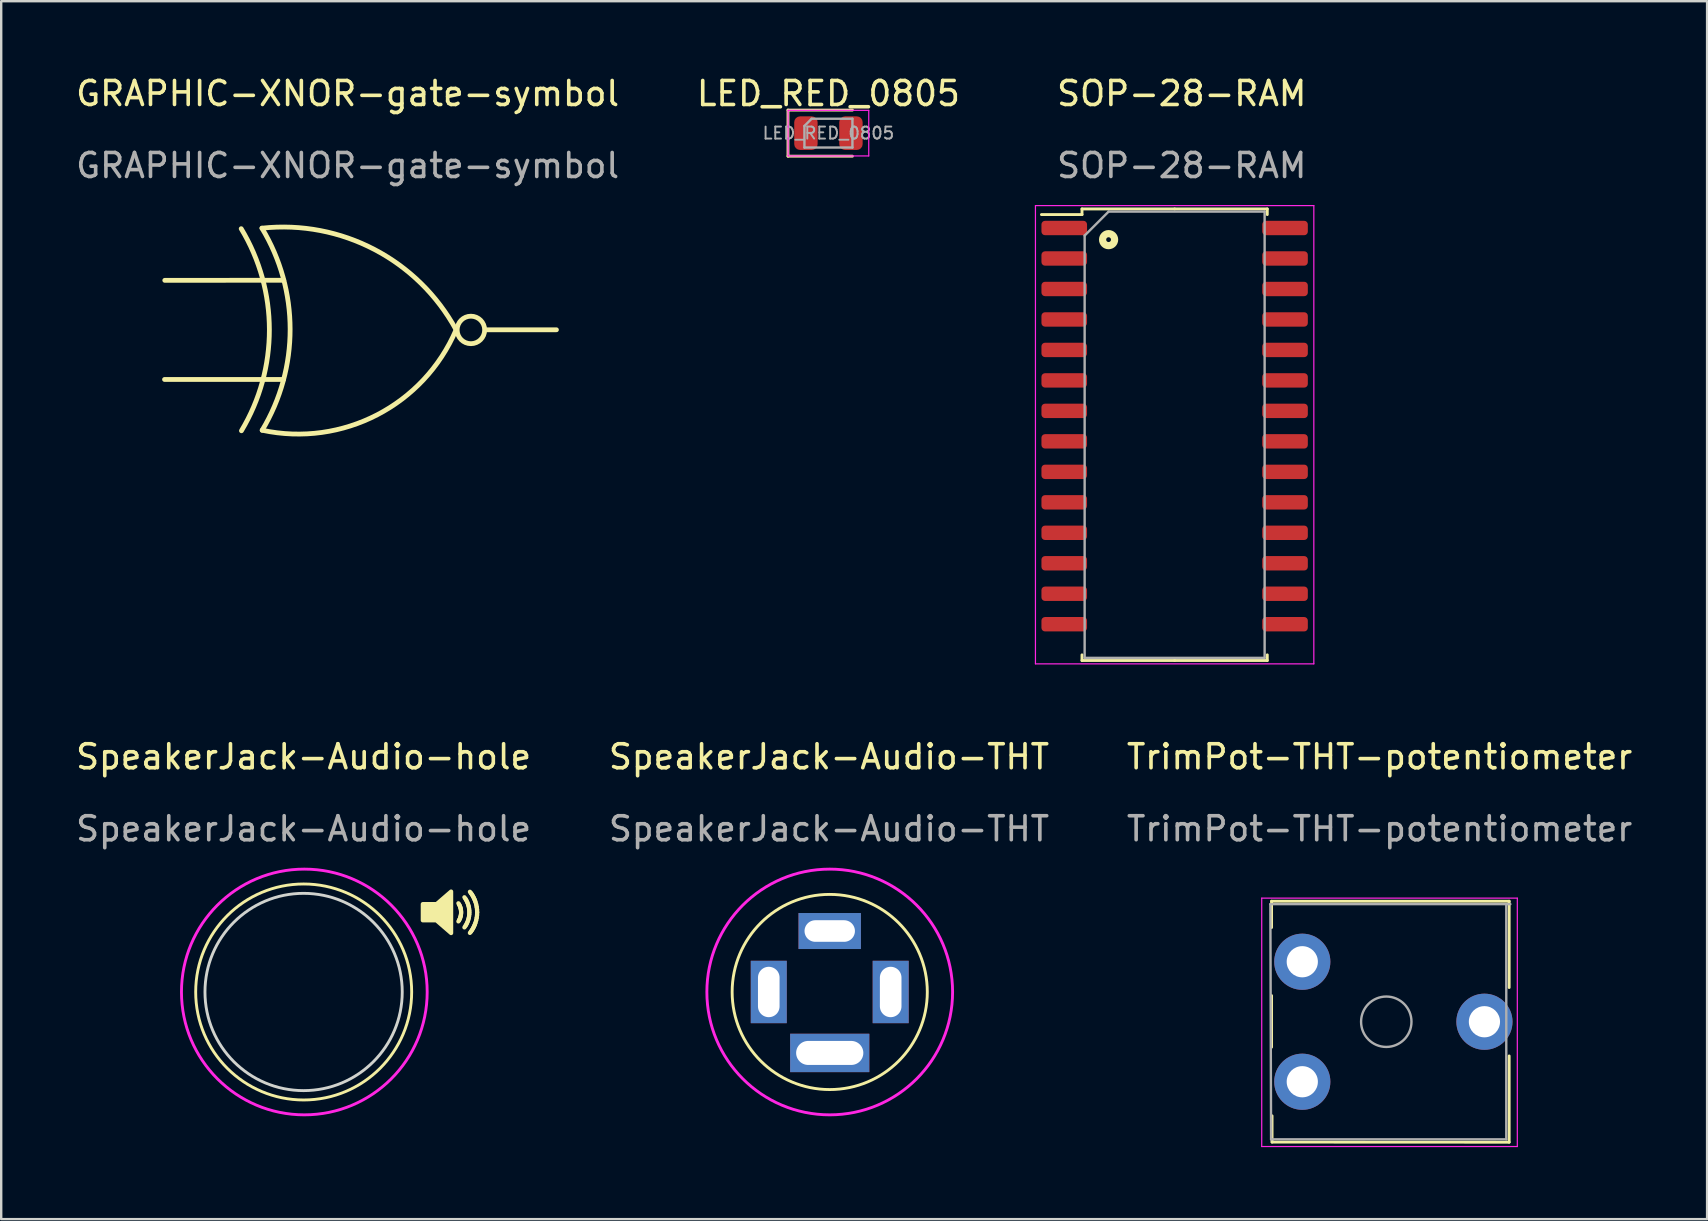
<source format=kicad_pcb>
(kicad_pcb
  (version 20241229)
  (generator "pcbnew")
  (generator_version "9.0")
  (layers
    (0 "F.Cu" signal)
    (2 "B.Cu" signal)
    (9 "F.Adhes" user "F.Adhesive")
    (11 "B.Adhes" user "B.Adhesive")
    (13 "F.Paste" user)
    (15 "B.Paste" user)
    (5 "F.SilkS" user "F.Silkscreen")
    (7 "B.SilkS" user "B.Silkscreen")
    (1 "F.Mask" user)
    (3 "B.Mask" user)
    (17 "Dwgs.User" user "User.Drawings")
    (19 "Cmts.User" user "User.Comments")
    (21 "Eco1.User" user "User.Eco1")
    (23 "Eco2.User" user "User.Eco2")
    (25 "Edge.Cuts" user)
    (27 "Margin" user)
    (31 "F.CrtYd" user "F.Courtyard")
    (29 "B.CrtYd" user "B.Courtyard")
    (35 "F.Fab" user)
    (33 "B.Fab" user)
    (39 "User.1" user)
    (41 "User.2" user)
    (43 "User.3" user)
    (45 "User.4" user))
  (footprint "TrimPot-THT-potentiometer"
    (layer "F.Cu")
    (at 54.435 28.985)
    (property "Reference" "TrimPot-THT-potentiometer" (at 0 -0.5 0) (unlocked yes) (layer "F.SilkS") (effects (font (size 1 1) (thickness 0.15))))
    (attr through_hole)
    (fp_line (start -4.5 5.519) (end -4.5 6.614) (stroke (width 0.12) (type solid)) (layer "F.SilkS"))
    (fp_line (start -4.5 5.519) (end 5.4 5.519) (stroke (width 0.12) (type solid)) (layer "F.SilkS"))
    (fp_line (start -4.5 9.451) (end -4.5 11.6) (stroke (width 0.12) (type solid)) (layer "F.SilkS"))
    (fp_line (start -4.48 14.46) (end -4.48 15.555) (stroke (width 0.12) (type solid)) (layer "F.SilkS"))
    (fp_line (start -4.48 15.555) (end 5.4 15.56) (stroke (width 0.12) (type solid)) (layer "F.SilkS"))
    (fp_line (start 5.4 5.519) (end 5.4 9.115) (stroke (width 0.12) (type solid)) (layer "F.SilkS"))
    (fp_line (start 5.4 11.965) (end 5.4 15.56) (stroke (width 0.12) (type solid)) (layer "F.SilkS"))
    (fp_line (start -4.91 5.39) (end -4.91 15.74) (stroke (width 0.05) (type solid)) (layer "F.CrtYd"))
    (fp_line (start -4.91 15.74) (end 5.74 15.74) (stroke (width 0.05) (type solid)) (layer "F.CrtYd"))
    (fp_line (start 5.74 5.39) (end -4.91 5.39) (stroke (width 0.05) (type solid)) (layer "F.CrtYd"))
    (fp_line (start 5.74 15.74) (end 5.74 5.39) (stroke (width 0.05) (type solid)) (layer "F.CrtYd"))
    (fp_line (start -4.55 5.64) (end -4.52 15.44) (stroke (width 0.1) (type solid)) (layer "F.Fab"))
    (fp_line (start -4.52 15.44) (end 5.28 15.44) (stroke (width 0.1) (type solid)) (layer "F.Fab"))
    (fp_line (start 5.28 15.44) (end 5.28 5.64) (stroke (width 0.1) (type solid)) (layer "F.Fab"))
    (fp_line (start 5.45 5.64) (end -4.55 5.64) (stroke (width 0.1) (type solid)) (layer "F.Fab"))
    (fp_circle (center 0.28 10.54) (end 1.33 10.54) (stroke (width 0.1) (type solid)) (fill no) (layer "F.Fab"))
    (fp_text user "${REFERENCE}" (at 0 2.5 0) (unlocked yes) (layer "F.Fab") (effects (font (size 1 1) (thickness 0.15))))
    (pad "1" thru_hole circle (at -3.22 13.04) (size 2.34 2.34) (drill 1.3) (layers "*.Cu" "*.Mask"))
    (pad "2" thru_hole circle (at 4.37 10.54) (size 2.34 2.34) (drill 1.3) (layers "*.Cu" "*.Mask"))
    (pad "3" thru_hole circle (at -3.22 8.04) (size 2.34 2.34) (drill 1.3) (layers "*.Cu" "*.Mask")))
  (footprint "SpeakerJack-Audio-THT"
    (layer "F.Cu")
    (at 31.494 28.985)
    (property "Reference" "SpeakerJack-Audio-THT" (at 0 -0.5 0) (unlocked yes) (layer "F.SilkS") (effects (font (size 1 1) (thickness 0.15))))
    (attr through_hole)
    (fp_circle (center 0.03 9.3) (end 2.57 12.475) (stroke (width 0.12) (type solid)) (fill no) (layer "F.SilkS"))
    (fp_circle (center 0.03 9.3) (end 2.57 13.745) (stroke (width 0.12) (type solid)) (fill no) (layer "F.CrtYd"))
    (fp_text user "${REFERENCE}" (at 0 2.5 0) (unlocked yes) (layer "F.Fab") (effects (font (size 1 1) (thickness 0.15))))
    (pad "1" thru_hole rect (at 0.03 11.84 90) (size 1.6 3.3) (drill oval 1 2.8) (layers "*.Cu" "*.Mask"))
    (pad "2" thru_hole rect (at 2.57 9.3 180) (size 1.5 2.6) (drill oval 0.9 2.1) (layers "*.Cu" "*.Mask"))
    (pad "3" thru_hole rect (at 0.03 6.76 90) (size 1.5 2.6) (drill oval 0.9 2.1) (layers "*.Cu" "*.Mask"))
    (pad "4" thru_hole rect (at -2.51 9.3 180) (size 1.5 2.6) (drill oval 0.9 2.1) (layers "*.Cu" "*.Mask")))
  (footprint "GRAPHIC-XNOR-gate-symbol"
    (layer "F.Cu")
    (at 11.435 1.348)
    (property "Reference" "GRAPHIC-XNOR-gate-symbol" (at 0 -0.5 0) (unlocked yes) (layer "F.SilkS") (effects (font (size 1 1) (thickness 0.15))))
    (fp_line (start -2.67 11.414) (end -7.629 11.414) (stroke (width 0.2) (type solid)) (layer "F.SilkS"))
    (fp_line (start -2.66 7.28) (end -7.619 7.284) (stroke (width 0.2) (type solid)) (layer "F.SilkS"))
    (fp_line (start 8.701 9.344) (end 5.75 9.344) (stroke (width 0.2) (type solid)) (layer "F.SilkS"))
    (fp_arc (start -4.434515 5.131389) (mid -3.26 9.34) (end -4.424515 13.551389) (stroke (width 0.2) (type solid)) (layer "F.SilkS"))
    (fp_arc (start -3.57 5.11) (mid -2.395485 9.318611) (end -3.56 13.53) (stroke (width 0.2) (type solid)) (layer "F.SilkS"))
    (fp_arc (start -3.57 5.11) (mid 1.118155 5.99791) (end 4.52 9.343749) (stroke (width 0.2) (type solid)) (layer "F.SilkS"))
    (fp_arc (start 4.52 9.343749) (mid 1.231509 12.887382) (end -3.56 13.53) (stroke (width 0.2) (type solid)) (layer "F.SilkS"))
    (fp_circle (center 5.137 9.35) (end 5.71 9.35) (stroke (width 0.2) (type solid)) (fill no) (layer "F.SilkS"))
    (fp_text user "${REFERENCE}" (at 0 2.5 0) (unlocked yes) (layer "F.Fab") (effects (font (size 1 1) (thickness 0.15)))))
  (footprint "SpeakerJack-Audio-hole"
    (layer "F.Cu")
    (at 9.601 28.985)
    (property "Reference" "SpeakerJack-Audio-hole" (at 0 -0.5 0) (unlocked yes) (layer "F.SilkS") (effects (font (size 1 1) (thickness 0.15))))
    (attr through_hole)
    (fp_line (start 6.45 5.604) (end 6.477 5.648) (stroke (width 0.176) (type solid)) (layer "F.SilkS"))
    (fp_line (start 6.477 5.648) (end 6.499 5.693) (stroke (width 0.176) (type solid)) (layer "F.SilkS"))
    (fp_line (start 6.477 6.315) (end 6.45 6.359) (stroke (width 0.176) (type solid)) (layer "F.SilkS"))
    (fp_line (start 6.499 5.693) (end 6.519 5.739) (stroke (width 0.176) (type solid)) (layer "F.SilkS"))
    (fp_line (start 6.499 6.27) (end 6.477 6.315) (stroke (width 0.176) (type solid)) (layer "F.SilkS"))
    (fp_line (start 6.519 5.739) (end 6.535 5.786) (stroke (width 0.176) (type solid)) (layer "F.SilkS"))
    (fp_line (start 6.519 6.224) (end 6.499 6.27) (stroke (width 0.176) (type solid)) (layer "F.SilkS"))
    (fp_line (start 6.535 5.786) (end 6.547 5.834) (stroke (width 0.176) (type solid)) (layer "F.SilkS"))
    (fp_line (start 6.535 6.176) (end 6.519 6.224) (stroke (width 0.176) (type solid)) (layer "F.SilkS"))
    (fp_line (start 6.547 5.834) (end 6.556 5.883) (stroke (width 0.176) (type solid)) (layer "F.SilkS"))
    (fp_line (start 6.547 6.128) (end 6.535 6.176) (stroke (width 0.176) (type solid)) (layer "F.SilkS"))
    (fp_line (start 6.556 5.883) (end 6.561 5.932) (stroke (width 0.176) (type solid)) (layer "F.SilkS"))
    (fp_line (start 6.556 6.08) (end 6.547 6.128) (stroke (width 0.176) (type solid)) (layer "F.SilkS"))
    (fp_line (start 6.561 5.932) (end 6.563 5.981) (stroke (width 0.176) (type solid)) (layer "F.SilkS"))
    (fp_line (start 6.561 6.031) (end 6.556 6.08) (stroke (width 0.176) (type solid)) (layer "F.SilkS"))
    (fp_line (start 6.563 5.981) (end 6.561 6.031) (stroke (width 0.176) (type solid)) (layer "F.SilkS"))
    (fp_line (start 6.701 5.353) (end 6.749 5.425) (stroke (width 0.176) (type solid)) (layer "F.SilkS"))
    (fp_line (start 6.749 5.425) (end 6.791 5.499) (stroke (width 0.176) (type solid)) (layer "F.SilkS"))
    (fp_line (start 6.749 6.538) (end 6.701 6.609) (stroke (width 0.176) (type solid)) (layer "F.SilkS"))
    (fp_line (start 6.791 5.499) (end 6.826 5.576) (stroke (width 0.176) (type solid)) (layer "F.SilkS"))
    (fp_line (start 6.791 6.464) (end 6.749 6.538) (stroke (width 0.176) (type solid)) (layer "F.SilkS"))
    (fp_line (start 6.826 5.576) (end 6.855 5.655) (stroke (width 0.176) (type solid)) (layer "F.SilkS"))
    (fp_line (start 6.826 6.387) (end 6.791 6.464) (stroke (width 0.176) (type solid)) (layer "F.SilkS"))
    (fp_line (start 6.855 5.655) (end 6.878 5.735) (stroke (width 0.176) (type solid)) (layer "F.SilkS"))
    (fp_line (start 6.855 6.308) (end 6.826 6.387) (stroke (width 0.176) (type solid)) (layer "F.SilkS"))
    (fp_line (start 6.878 5.735) (end 6.894 5.816) (stroke (width 0.176) (type solid)) (layer "F.SilkS"))
    (fp_line (start 6.878 6.228) (end 6.855 6.308) (stroke (width 0.176) (type solid)) (layer "F.SilkS"))
    (fp_line (start 6.894 5.816) (end 6.904 5.899) (stroke (width 0.176) (type solid)) (layer "F.SilkS"))
    (fp_line (start 6.894 6.146) (end 6.878 6.228) (stroke (width 0.176) (type solid)) (layer "F.SilkS"))
    (fp_line (start 6.904 5.899) (end 6.907 5.981) (stroke (width 0.176) (type solid)) (layer "F.SilkS"))
    (fp_line (start 6.904 6.064) (end 6.894 6.146) (stroke (width 0.176) (type solid)) (layer "F.SilkS"))
    (fp_line (start 6.907 5.981) (end 6.904 6.064) (stroke (width 0.176) (type solid)) (layer "F.SilkS"))
    (fp_line (start 6.93 5.124) (end 6.966 5.172) (stroke (width 0.176) (type solid)) (layer "F.SilkS"))
    (fp_line (start 6.966 5.172) (end 7.001 5.22) (stroke (width 0.176) (type solid)) (layer "F.SilkS"))
    (fp_line (start 6.966 6.791) (end 6.93 6.839) (stroke (width 0.176) (type solid)) (layer "F.SilkS"))
    (fp_line (start 7.001 5.22) (end 7.032 5.27) (stroke (width 0.176) (type solid)) (layer "F.SilkS"))
    (fp_line (start 7.001 6.742) (end 6.966 6.791) (stroke (width 0.176) (type solid)) (layer "F.SilkS"))
    (fp_line (start 7.032 5.27) (end 7.062 5.321) (stroke (width 0.176) (type solid)) (layer "F.SilkS"))
    (fp_line (start 7.032 6.693) (end 7.001 6.742) (stroke (width 0.176) (type solid)) (layer "F.SilkS"))
    (fp_line (start 7.062 5.321) (end 7.089 5.373) (stroke (width 0.176) (type solid)) (layer "F.SilkS"))
    (fp_line (start 7.062 6.642) (end 7.032 6.693) (stroke (width 0.176) (type solid)) (layer "F.SilkS"))
    (fp_line (start 7.089 5.373) (end 7.114 5.425) (stroke (width 0.176) (type solid)) (layer "F.SilkS"))
    (fp_line (start 7.089 6.59) (end 7.062 6.642) (stroke (width 0.176) (type solid)) (layer "F.SilkS"))
    (fp_line (start 7.114 5.425) (end 7.136 5.479) (stroke (width 0.176) (type solid)) (layer "F.SilkS"))
    (fp_line (start 7.114 6.537) (end 7.089 6.59) (stroke (width 0.176) (type solid)) (layer "F.SilkS"))
    (fp_line (start 7.136 5.479) (end 7.156 5.533) (stroke (width 0.176) (type solid)) (layer "F.SilkS"))
    (fp_line (start 7.136 6.484) (end 7.114 6.537) (stroke (width 0.176) (type solid)) (layer "F.SilkS"))
    (fp_line (start 7.156 5.533) (end 7.189 5.643) (stroke (width 0.176) (type solid)) (layer "F.SilkS"))
    (fp_line (start 7.156 6.43) (end 7.136 6.484) (stroke (width 0.176) (type solid)) (layer "F.SilkS"))
    (fp_line (start 7.189 5.643) (end 7.213 5.755) (stroke (width 0.176) (type solid)) (layer "F.SilkS"))
    (fp_line (start 7.189 6.32) (end 7.156 6.43) (stroke (width 0.176) (type solid)) (layer "F.SilkS"))
    (fp_line (start 7.213 5.755) (end 7.227 5.868) (stroke (width 0.176) (type solid)) (layer "F.SilkS"))
    (fp_line (start 7.213 6.208) (end 7.189 6.32) (stroke (width 0.176) (type solid)) (layer "F.SilkS"))
    (fp_line (start 7.227 5.868) (end 7.232 5.981) (stroke (width 0.176) (type solid)) (layer "F.SilkS"))
    (fp_line (start 7.227 6.095) (end 7.213 6.208) (stroke (width 0.176) (type solid)) (layer "F.SilkS"))
    (fp_line (start 7.232 5.981) (end 7.227 6.095) (stroke (width 0.176) (type solid)) (layer "F.SilkS"))
    (fp_circle (center 0.003 9.3) (end 4.503 9.3) (stroke (width 0.12) (type solid)) (fill no) (layer "F.SilkS"))
    (fp_poly (pts (xy 6.146 5.116) (xy 5.541 5.639) (xy 4.968 5.639) (xy 4.968 6.313) (xy 5.532 6.313) (xy 6.146 6.844) (xy 6.146 5.116)) (stroke (width 0.176) (type solid)) (fill yes) (layer "F.SilkS"))
    (fp_circle (center 0 9.3) (end 4.11 9.3) (stroke (width 0.12) (type solid)) (fill no) (layer "Edge.Cuts"))
    (fp_circle (center 0.03 9.3) (end 2.57 13.745) (stroke (width 0.12) (type solid)) (fill no) (layer "F.CrtYd"))
    (fp_text user "${REFERENCE}" (at 0 2.5 0) (unlocked yes) (layer "F.Fab") (effects (font (size 1 1) (thickness 0.15)))))
  (footprint "SOP-28-RAM"
    (layer "F.Cu")
    (at 46.192 1.348)
    (property "Reference" "SOP-28-RAM" (at 0 -0.5 0) (unlocked yes) (layer "F.SilkS") (effects (font (size 1 1) (thickness 0.15))))
    (attr smd)
    (fp_line (start -4.156 4.308) (end -4.156 4.543) (stroke (width 0.12) (type solid)) (layer "F.SilkS"))
    (fp_line (start -4.156 4.543) (end -5.846 4.543) (stroke (width 0.12) (type solid)) (layer "F.SilkS"))
    (fp_line (start -4.156 23.124) (end -4.156 22.889) (stroke (width 0.12) (type solid)) (layer "F.SilkS"))
    (fp_line (start -0.296 4.308) (end -4.156 4.308) (stroke (width 0.12) (type solid)) (layer "F.SilkS"))
    (fp_line (start -0.296 4.308) (end 3.564 4.308) (stroke (width 0.12) (type solid)) (layer "F.SilkS"))
    (fp_line (start -0.296 23.124) (end -4.156 23.124) (stroke (width 0.12) (type solid)) (layer "F.SilkS"))
    (fp_line (start -0.296 23.124) (end 3.564 23.124) (stroke (width 0.12) (type solid)) (layer "F.SilkS"))
    (fp_line (start 3.564 4.308) (end 3.564 4.543) (stroke (width 0.12) (type solid)) (layer "F.SilkS"))
    (fp_line (start 3.564 23.124) (end 3.564 22.889) (stroke (width 0.12) (type solid)) (layer "F.SilkS"))
    (fp_circle (center -3.048 5.588) (end -2.948 5.588) (stroke (width 0.3) (type solid)) (fill no) (layer "F.SilkS"))
    (fp_line (start -6.096 4.168) (end -6.096 23.264) (stroke (width 0.05) (type solid)) (layer "F.CrtYd"))
    (fp_line (start -6.096 23.264) (end 5.504 23.264) (stroke (width 0.05) (type solid)) (layer "F.CrtYd"))
    (fp_line (start 5.504 4.168) (end -6.096 4.168) (stroke (width 0.05) (type solid)) (layer "F.CrtYd"))
    (fp_line (start 5.504 23.264) (end 5.504 4.168) (stroke (width 0.05) (type solid)) (layer "F.CrtYd"))
    (fp_line (start -4.046 5.418) (end -3.046 4.418) (stroke (width 0.1) (type solid)) (layer "F.Fab"))
    (fp_line (start -4.046 23.014) (end -4.046 5.418) (stroke (width 0.1) (type solid)) (layer "F.Fab"))
    (fp_line (start -3.046 4.418) (end 3.454 4.418) (stroke (width 0.1) (type solid)) (layer "F.Fab"))
    (fp_line (start 3.454 4.418) (end 3.454 23.014) (stroke (width 0.1) (type solid)) (layer "F.Fab"))
    (fp_line (start 3.454 23.014) (end -4.046 23.014) (stroke (width 0.1) (type solid)) (layer "F.Fab"))
    (fp_text user "${REFERENCE}" (at 0 2.5 0) (unlocked yes) (layer "F.Fab") (effects (font (size 1 1) (thickness 0.15))))
    (pad "1" smd roundrect (at -4.896 5.103) (size 1.9 0.6) (layers "F.Cu" "F.Mask" "F.Paste") (roundrect_rratio 0.25))
    (pad "2" smd roundrect (at -4.896 6.373) (size 1.9 0.6) (layers "F.Cu" "F.Mask" "F.Paste") (roundrect_rratio 0.25))
    (pad "3" smd roundrect (at -4.896 7.643) (size 1.9 0.6) (layers "F.Cu" "F.Mask" "F.Paste") (roundrect_rratio 0.25))
    (pad "4" smd roundrect (at -4.896 8.913) (size 1.9 0.6) (layers "F.Cu" "F.Mask" "F.Paste") (roundrect_rratio 0.25))
    (pad "5" smd roundrect (at -4.896 10.183) (size 1.9 0.6) (layers "F.Cu" "F.Mask" "F.Paste") (roundrect_rratio 0.25))
    (pad "6" smd roundrect (at -4.896 11.453) (size 1.9 0.6) (layers "F.Cu" "F.Mask" "F.Paste") (roundrect_rratio 0.25))
    (pad "7" smd roundrect (at -4.896 12.723) (size 1.9 0.6) (layers "F.Cu" "F.Mask" "F.Paste") (roundrect_rratio 0.25))
    (pad "8" smd roundrect (at -4.896 13.993) (size 1.9 0.6) (layers "F.Cu" "F.Mask" "F.Paste") (roundrect_rratio 0.25))
    (pad "9" smd roundrect (at -4.896 15.263) (size 1.9 0.6) (layers "F.Cu" "F.Mask" "F.Paste") (roundrect_rratio 0.25))
    (pad "10" smd roundrect (at -4.896 16.533) (size 1.9 0.6) (layers "F.Cu" "F.Mask" "F.Paste") (roundrect_rratio 0.25))
    (pad "11" smd roundrect (at -4.896 17.803) (size 1.9 0.6) (layers "F.Cu" "F.Mask" "F.Paste") (roundrect_rratio 0.25))
    (pad "12" smd roundrect (at -4.896 19.073) (size 1.9 0.6) (layers "F.Cu" "F.Mask" "F.Paste") (roundrect_rratio 0.25))
    (pad "13" smd roundrect (at -4.896 20.343 180) (size 1.9 0.6) (layers "F.Cu" "F.Mask" "F.Paste") (roundrect_rratio 0.25))
    (pad "14" smd roundrect (at -4.896 21.613 180) (size 1.9 0.6) (layers "F.Cu" "F.Mask" "F.Paste") (roundrect_rratio 0.25))
    (pad "15" smd roundrect (at 4.304 21.613 180) (size 1.9 0.6) (layers "F.Cu" "F.Mask" "F.Paste") (roundrect_rratio 0.25))
    (pad "16" smd roundrect (at 4.304 20.343 180) (size 1.9 0.6) (layers "F.Cu" "F.Mask" "F.Paste") (roundrect_rratio 0.25))
    (pad "17" smd roundrect (at 4.304 19.073) (size 1.9 0.6) (layers "F.Cu" "F.Mask" "F.Paste") (roundrect_rratio 0.25))
    (pad "18" smd roundrect (at 4.304 17.803) (size 1.9 0.6) (layers "F.Cu" "F.Mask" "F.Paste") (roundrect_rratio 0.25))
    (pad "19" smd roundrect (at 4.304 16.533) (size 1.9 0.6) (layers "F.Cu" "F.Mask" "F.Paste") (roundrect_rratio 0.25))
    (pad "20" smd roundrect (at 4.304 15.263) (size 1.9 0.6) (layers "F.Cu" "F.Mask" "F.Paste") (roundrect_rratio 0.25))
    (pad "21" smd roundrect (at 4.304 13.993) (size 1.9 0.6) (layers "F.Cu" "F.Mask" "F.Paste") (roundrect_rratio 0.25))
    (pad "22" smd roundrect (at 4.304 12.723) (size 1.9 0.6) (layers "F.Cu" "F.Mask" "F.Paste") (roundrect_rratio 0.25))
    (pad "23" smd roundrect (at 4.304 11.453) (size 1.9 0.6) (layers "F.Cu" "F.Mask" "F.Paste") (roundrect_rratio 0.25))
    (pad "24" smd roundrect (at 4.304 10.183) (size 1.9 0.6) (layers "F.Cu" "F.Mask" "F.Paste") (roundrect_rratio 0.25))
    (pad "25" smd roundrect (at 4.304 8.913) (size 1.9 0.6) (layers "F.Cu" "F.Mask" "F.Paste") (roundrect_rratio 0.25))
    (pad "26" smd roundrect (at 4.304 7.643) (size 1.9 0.6) (layers "F.Cu" "F.Mask" "F.Paste") (roundrect_rratio 0.25))
    (pad "27" smd roundrect (at 4.304 6.373) (size 1.9 0.6) (layers "F.Cu" "F.Mask" "F.Paste") (roundrect_rratio 0.25))
    (pad "28" smd roundrect (at 4.304 5.103) (size 1.9 0.6) (layers "F.Cu" "F.Mask" "F.Paste") (roundrect_rratio 0.25)))
  (footprint "LED_RED_0805"
    (layer "F.Cu")
    (at 31.47 2.498)
    (property "Reference" "LED_RED_0805" (at 0 -1.65 0) (layer "F.SilkS") (effects (font (size 1 1) (thickness 0.15))))
    (attr smd)
    (fp_line (start -1.685 -0.96) (end -1.685 0.96) (stroke (width 0.12) (type solid)) (layer "F.SilkS"))
    (fp_line (start -1.685 0.96) (end 1 0.96) (stroke (width 0.12) (type solid)) (layer "F.SilkS"))
    (fp_line (start 1 -0.96) (end -1.685 -0.96) (stroke (width 0.12) (type solid)) (layer "F.SilkS"))
    (fp_line (start -1.68 -0.95) (end 1.68 -0.95) (stroke (width 0.05) (type solid)) (layer "F.CrtYd"))
    (fp_line (start -1.68 0.95) (end -1.68 -0.95) (stroke (width 0.05) (type solid)) (layer "F.CrtYd"))
    (fp_line (start 1.68 -0.95) (end 1.68 0.95) (stroke (width 0.05) (type solid)) (layer "F.CrtYd"))
    (fp_line (start 1.68 0.95) (end -1.68 0.95) (stroke (width 0.05) (type solid)) (layer "F.CrtYd"))
    (fp_line (start -1 -0.3) (end -1 0.6) (stroke (width 0.1) (type solid)) (layer "F.Fab"))
    (fp_line (start -1 0.6) (end 1 0.6) (stroke (width 0.1) (type solid)) (layer "F.Fab"))
    (fp_line (start -0.7 -0.6) (end -1 -0.3) (stroke (width 0.1) (type solid)) (layer "F.Fab"))
    (fp_line (start 1 -0.6) (end -0.7 -0.6) (stroke (width 0.1) (type solid)) (layer "F.Fab"))
    (fp_line (start 1 0.6) (end 1 -0.6) (stroke (width 0.1) (type solid)) (layer "F.Fab"))
    (fp_text user "${REFERENCE}" (at 0 0 0) (layer "F.Fab") (effects (font (size 0.5 0.5) (thickness 0.08))))
    (pad "1" smd roundrect (at -0.938 0) (size 0.975 1.4) (layers "F.Cu" "F.Mask" "F.Paste") (roundrect_rratio 0.25))
    (pad "2" smd roundrect (at 0.938 0) (size 0.975 1.4) (layers "F.Cu" "F.Mask" "F.Paste") (roundrect_rratio 0.25)))
  (gr_rect
    (start -3 -3)
    (end 68.083 47.751)
    (stroke (width 0.1) (type default))
    (fill no)
    (layer "Edge.Cuts")))
</source>
